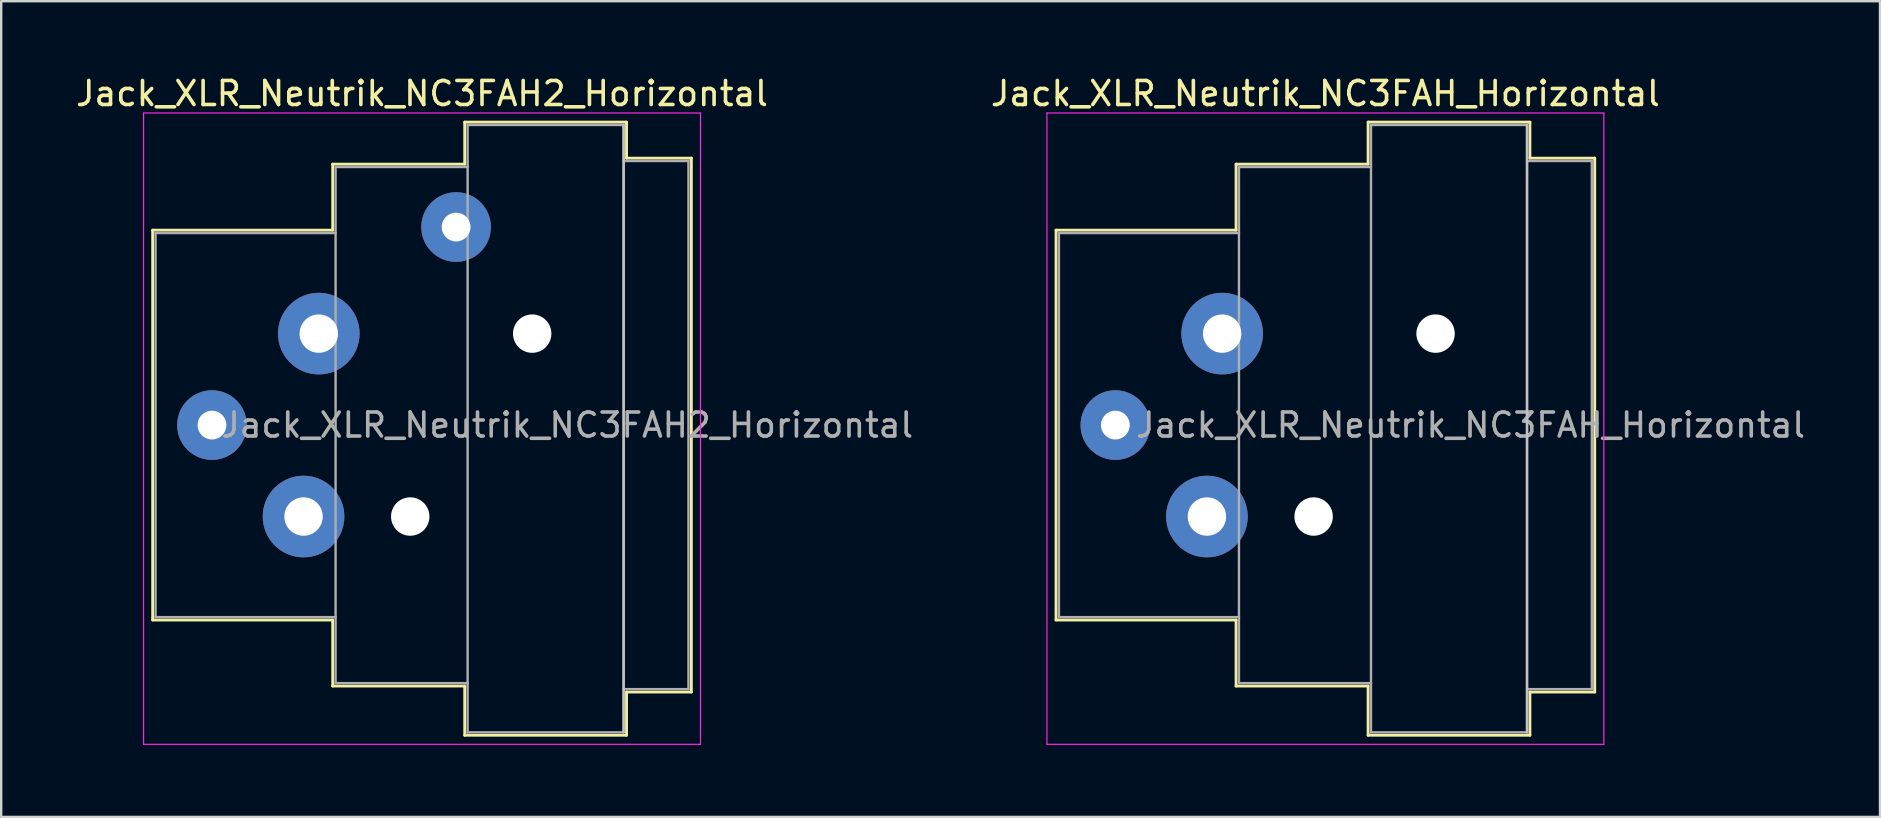
<source format=kicad_pcb>
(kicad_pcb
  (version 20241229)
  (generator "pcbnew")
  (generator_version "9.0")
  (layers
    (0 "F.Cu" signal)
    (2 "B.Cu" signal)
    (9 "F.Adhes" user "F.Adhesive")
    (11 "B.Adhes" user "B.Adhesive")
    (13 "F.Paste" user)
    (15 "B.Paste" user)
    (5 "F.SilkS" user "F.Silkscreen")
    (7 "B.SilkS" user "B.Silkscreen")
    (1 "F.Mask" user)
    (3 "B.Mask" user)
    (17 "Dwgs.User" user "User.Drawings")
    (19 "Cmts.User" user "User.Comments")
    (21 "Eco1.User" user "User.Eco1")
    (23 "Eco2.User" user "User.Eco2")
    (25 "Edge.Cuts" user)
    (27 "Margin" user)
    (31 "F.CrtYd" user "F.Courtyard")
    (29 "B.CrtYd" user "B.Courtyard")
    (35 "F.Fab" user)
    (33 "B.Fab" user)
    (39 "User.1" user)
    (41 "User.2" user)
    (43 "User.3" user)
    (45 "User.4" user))
  (footprint "Jack_XLR_Neutrik_NC3FAH2_Horizontal"
    (layer "F.Cu")
    (at 10.23 10.848)
    (property "Reference" "Jack_XLR_Neutrik_NC3FAH2_Horizontal" (at 4.3 -10 0) (layer "F.SilkS") (effects (font (size 1 1) (thickness 0.15))))
    (attr through_hole)
    (fp_line (start -6.92 -4.31) (end -6.92 11.93) (stroke (width 0.12) (type solid)) (layer "F.SilkS"))
    (fp_line (start 0.58 -7.06) (end 0.58 -4.31) (stroke (width 0.12) (type solid)) (layer "F.SilkS"))
    (fp_line (start 0.58 -4.31) (end -6.92 -4.31) (stroke (width 0.12) (type solid)) (layer "F.SilkS"))
    (fp_line (start 0.58 11.93) (end -6.92 11.93) (stroke (width 0.12) (type solid)) (layer "F.SilkS"))
    (fp_line (start 0.58 11.93) (end 0.58 14.68) (stroke (width 0.12) (type solid)) (layer "F.SilkS"))
    (fp_line (start 6.08 -7.06) (end 0.58 -7.06) (stroke (width 0.12) (type solid)) (layer "F.SilkS"))
    (fp_line (start 6.08 -7.06) (end 6.08 -8.81) (stroke (width 0.12) (type solid)) (layer "F.SilkS"))
    (fp_line (start 6.08 14.68) (end 0.58 14.68) (stroke (width 0.12) (type solid)) (layer "F.SilkS"))
    (fp_line (start 6.08 16.73) (end 6.08 14.68) (stroke (width 0.12) (type solid)) (layer "F.SilkS"))
    (fp_line (start 12.82 -8.81) (end 6.08 -8.81) (stroke (width 0.12) (type solid)) (layer "F.SilkS"))
    (fp_line (start 12.82 -8.81) (end 12.82 -7.31) (stroke (width 0.12) (type solid)) (layer "F.SilkS"))
    (fp_line (start 12.82 -7.31) (end 15.52 -7.31) (stroke (width 0.12) (type solid)) (layer "F.SilkS"))
    (fp_line (start 12.82 14.93) (end 12.82 16.73) (stroke (width 0.12) (type solid)) (layer "F.SilkS"))
    (fp_line (start 12.82 14.93) (end 15.52 14.93) (stroke (width 0.12) (type solid)) (layer "F.SilkS"))
    (fp_line (start 12.82 16.73) (end 6.08 16.73) (stroke (width 0.12) (type solid)) (layer "F.SilkS"))
    (fp_line (start 15.52 -7.31) (end 15.52 14.93) (stroke (width 0.12) (type solid)) (layer "F.SilkS"))
    (fp_line (start 12.7 -8.69) (end 12.7 16.61) (stroke (width 0.1) (type solid)) (layer "Dwgs.User"))
    (fp_line (start -7.3 -9.19) (end -7.3 17.11) (stroke (width 0.05) (type solid)) (layer "F.CrtYd"))
    (fp_line (start 15.9 -9.19) (end -7.3 -9.19) (stroke (width 0.05) (type solid)) (layer "F.CrtYd"))
    (fp_line (start 15.9 -9.19) (end 15.9 17.11) (stroke (width 0.05) (type solid)) (layer "F.CrtYd"))
    (fp_line (start 15.9 17.11) (end -7.3 17.11) (stroke (width 0.05) (type solid)) (layer "F.CrtYd"))
    (fp_line (start -6.8 -4.19) (end -6.8 11.81) (stroke (width 0.1) (type solid)) (layer "F.Fab"))
    (fp_line (start -6.8 11.81) (end 0.7 11.81) (stroke (width 0.1) (type solid)) (layer "F.Fab"))
    (fp_line (start 0.7 -6.94) (end 0.7 14.56) (stroke (width 0.1) (type solid)) (layer "F.Fab"))
    (fp_line (start 0.7 -4.19) (end -6.8 -4.19) (stroke (width 0.1) (type solid)) (layer "F.Fab"))
    (fp_line (start 0.7 14.56) (end 6.2 14.56) (stroke (width 0.1) (type solid)) (layer "F.Fab"))
    (fp_line (start 6.2 -8.69) (end 12.7 -8.69) (stroke (width 0.1) (type solid)) (layer "F.Fab"))
    (fp_line (start 6.2 -6.94) (end 0.7 -6.94) (stroke (width 0.1) (type solid)) (layer "F.Fab"))
    (fp_line (start 6.2 16.61) (end 6.2 -8.69) (stroke (width 0.1) (type solid)) (layer "F.Fab"))
    (fp_line (start 12.7 -8.69) (end 12.7 16.61) (stroke (width 0.1) (type solid)) (layer "F.Fab"))
    (fp_line (start 12.7 -7.19) (end 15.4 -7.19) (stroke (width 0.1) (type solid)) (layer "F.Fab"))
    (fp_line (start 12.7 16.61) (end 6.2 16.61) (stroke (width 0.1) (type solid)) (layer "F.Fab"))
    (fp_line (start 15.4 -7.19) (end 15.4 14.81) (stroke (width 0.1) (type solid)) (layer "F.Fab"))
    (fp_line (start 15.4 14.81) (end 12.7 14.81) (stroke (width 0.1) (type solid)) (layer "F.Fab"))
    (fp_text user "${REFERENCE}" (at 10.35 3.81 0) (layer "F.Fab") (effects (font (size 1 1) (thickness 0.15))))
    (pad "" np_thru_hole circle (at 3.81 7.62) (size 1.6 1.6) (drill 1.6) (layers "*.Cu" "*.Mask"))
    (pad "" np_thru_hole circle (at 8.89 0) (size 1.6 1.6) (drill 1.6) (layers "*.Cu" "*.Mask"))
    (pad "1" thru_hole circle (at 0 0) (size 3.4 3.4) (drill 1.6) (layers "*.Cu" "*.Mask"))
    (pad "2" thru_hole circle (at -0.635 7.62) (size 3.4 3.4) (drill 1.6) (layers "*.Cu" "*.Mask"))
    (pad "3" thru_hole circle (at -4.45 3.81) (size 2.9 2.9) (drill 1.2) (layers "*.Cu" "*.Mask"))
    (pad "G" thru_hole circle (at 5.72 -4.44) (size 2.9 2.9) (drill 1.2) (layers "*.Cu" "*.Mask")))
  (footprint "Jack_XLR_Neutrik_NC3FAH_Horizontal"
    (layer "F.Cu")
    (at 47.863 10.848)
    (property "Reference" "Jack_XLR_Neutrik_NC3FAH_Horizontal" (at 4.3 -10 0) (layer "F.SilkS") (effects (font (size 1 1) (thickness 0.15))))
    (attr through_hole)
    (fp_line (start -6.92 -4.31) (end -6.92 11.93) (stroke (width 0.12) (type solid)) (layer "F.SilkS"))
    (fp_line (start 0.58 -7.06) (end 0.58 -4.31) (stroke (width 0.12) (type solid)) (layer "F.SilkS"))
    (fp_line (start 0.58 -4.31) (end -6.92 -4.31) (stroke (width 0.12) (type solid)) (layer "F.SilkS"))
    (fp_line (start 0.58 11.93) (end -6.92 11.93) (stroke (width 0.12) (type solid)) (layer "F.SilkS"))
    (fp_line (start 0.58 11.93) (end 0.58 14.68) (stroke (width 0.12) (type solid)) (layer "F.SilkS"))
    (fp_line (start 6.08 -7.06) (end 0.58 -7.06) (stroke (width 0.12) (type solid)) (layer "F.SilkS"))
    (fp_line (start 6.08 -7.06) (end 6.08 -8.81) (stroke (width 0.12) (type solid)) (layer "F.SilkS"))
    (fp_line (start 6.08 14.68) (end 0.58 14.68) (stroke (width 0.12) (type solid)) (layer "F.SilkS"))
    (fp_line (start 6.08 16.73) (end 6.08 14.68) (stroke (width 0.12) (type solid)) (layer "F.SilkS"))
    (fp_line (start 12.82 -8.81) (end 6.08 -8.81) (stroke (width 0.12) (type solid)) (layer "F.SilkS"))
    (fp_line (start 12.82 -8.81) (end 12.82 -7.31) (stroke (width 0.12) (type solid)) (layer "F.SilkS"))
    (fp_line (start 12.82 -7.31) (end 15.52 -7.31) (stroke (width 0.12) (type solid)) (layer "F.SilkS"))
    (fp_line (start 12.82 14.93) (end 12.82 16.73) (stroke (width 0.12) (type solid)) (layer "F.SilkS"))
    (fp_line (start 12.82 14.93) (end 15.52 14.93) (stroke (width 0.12) (type solid)) (layer "F.SilkS"))
    (fp_line (start 12.82 16.73) (end 6.08 16.73) (stroke (width 0.12) (type solid)) (layer "F.SilkS"))
    (fp_line (start 15.52 -7.31) (end 15.52 14.93) (stroke (width 0.12) (type solid)) (layer "F.SilkS"))
    (fp_line (start 12.7 -8.69) (end 12.7 16.61) (stroke (width 0.1) (type solid)) (layer "Dwgs.User"))
    (fp_line (start -7.3 -9.19) (end -7.3 17.11) (stroke (width 0.05) (type solid)) (layer "F.CrtYd"))
    (fp_line (start 15.9 -9.19) (end -7.3 -9.19) (stroke (width 0.05) (type solid)) (layer "F.CrtYd"))
    (fp_line (start 15.9 -9.19) (end 15.9 17.11) (stroke (width 0.05) (type solid)) (layer "F.CrtYd"))
    (fp_line (start 15.9 17.11) (end -7.3 17.11) (stroke (width 0.05) (type solid)) (layer "F.CrtYd"))
    (fp_line (start -6.8 -4.19) (end -6.8 11.81) (stroke (width 0.1) (type solid)) (layer "F.Fab"))
    (fp_line (start -6.8 11.81) (end 0.7 11.81) (stroke (width 0.1) (type solid)) (layer "F.Fab"))
    (fp_line (start 0.7 -6.94) (end 0.7 14.56) (stroke (width 0.1) (type solid)) (layer "F.Fab"))
    (fp_line (start 0.7 -4.19) (end -6.8 -4.19) (stroke (width 0.1) (type solid)) (layer "F.Fab"))
    (fp_line (start 0.7 14.56) (end 6.2 14.56) (stroke (width 0.1) (type solid)) (layer "F.Fab"))
    (fp_line (start 6.2 -8.69) (end 12.7 -8.69) (stroke (width 0.1) (type solid)) (layer "F.Fab"))
    (fp_line (start 6.2 -6.94) (end 0.7 -6.94) (stroke (width 0.1) (type solid)) (layer "F.Fab"))
    (fp_line (start 6.2 16.61) (end 6.2 -8.69) (stroke (width 0.1) (type solid)) (layer "F.Fab"))
    (fp_line (start 12.7 -8.69) (end 12.7 16.61) (stroke (width 0.1) (type solid)) (layer "F.Fab"))
    (fp_line (start 12.7 -7.19) (end 15.4 -7.19) (stroke (width 0.1) (type solid)) (layer "F.Fab"))
    (fp_line (start 12.7 16.61) (end 6.2 16.61) (stroke (width 0.1) (type solid)) (layer "F.Fab"))
    (fp_line (start 15.4 -7.19) (end 15.4 14.81) (stroke (width 0.1) (type solid)) (layer "F.Fab"))
    (fp_line (start 15.4 14.81) (end 12.7 14.81) (stroke (width 0.1) (type solid)) (layer "F.Fab"))
    (fp_text user "${REFERENCE}" (at 10.35 3.81 0) (layer "F.Fab") (effects (font (size 1 1) (thickness 0.15))))
    (pad "" np_thru_hole circle (at 3.81 7.62) (size 1.6 1.6) (drill 1.6) (layers "*.Cu" "*.Mask"))
    (pad "" np_thru_hole circle (at 8.89 0) (size 1.6 1.6) (drill 1.6) (layers "*.Cu" "*.Mask"))
    (pad "1" thru_hole circle (at 0 0) (size 3.4 3.4) (drill 1.6) (layers "*.Cu" "*.Mask"))
    (pad "2" thru_hole circle (at -0.635 7.62) (size 3.4 3.4) (drill 1.6) (layers "*.Cu" "*.Mask"))
    (pad "3" thru_hole circle (at -4.45 3.81) (size 2.9 2.9) (drill 1.2) (layers "*.Cu" "*.Mask")))
  (gr_rect
    (start -3 -3)
    (end 75.267 30.983)
    (stroke (width 0.1) (type default))
    (fill no)
    (layer "Edge.Cuts")))
</source>
